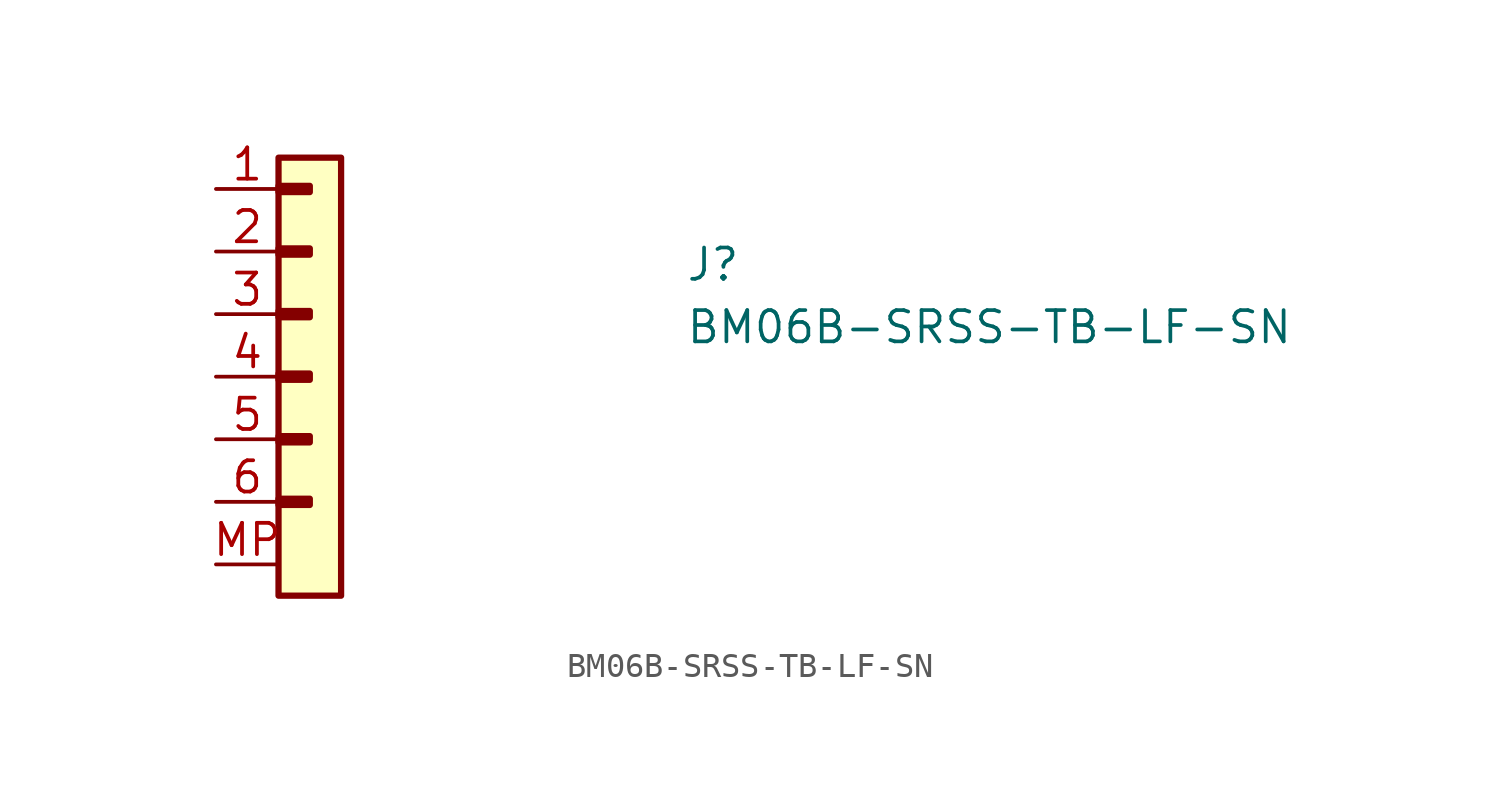
<source format=kicad_sym>
(kicad_symbol_lib
  (version 20211014)
  (generator kicad_symbol_editor)
  (symbol "BM06B-SRSS-TB-LF-SN"
    (pin_names hide)
    (property "Reference" "J"
      (at 19.05 -3.81 0)
      (effects (font (size 1.27 1.27) (thickness 0.15)) (justify left bottom)))
    (property "Value" "BM06B-SRSS-TB-LF-SN"
      (at 19.05 -6.35 0)
      (effects (font (size 1.27 1.27) (thickness 0.15)) (justify left bottom)))
    (symbol "BM06B-SRSS-TB-LF-SN_1_1"
      (rectangle (start 2.54 -12.573) (end 3.81 -12.827) (stroke (width 0.254) (type default) (color 0 0 0 0)) (fill (type background)))
      (rectangle (start 2.54 -10.033) (end 3.81 -10.287) (stroke (width 0.254) (type default) (color 0 0 0 0)) (fill (type background)))
      (rectangle (start 2.54 -7.493) (end 3.81 -7.747) (stroke (width 0.254) (type default) (color 0 0 0 0)) (fill (type background)))
      (rectangle (start 2.54 -4.953) (end 3.81 -5.207) (stroke (width 0.254) (type default) (color 0 0 0 0)) (fill (type background)))
      (rectangle (start 2.54 -2.413) (end 3.81 -2.667) (stroke (width 0.254) (type default) (color 0 0 0 0)) (fill (type background)))
      (rectangle (start 2.54 0.127) (end 3.81 -0.127) (stroke (width 0.254) (type default) (color 0 0 0 0)) (fill (type background)))
      (rectangle (start 2.54 1.27) (end 5.08 -16.51) (stroke (width 0.254) (type default) (color 0 0 0 0)) (fill (type background)))
      (pin passive line (at 0 0 0) (length 2.54) (name "Pin_1" (effects (font (size 1.27 1.27)))) (number "1" (effects (font (size 1.27 1.27)))))
      (pin passive line (at 0 -2.54 0) (length 2.54) (name "Pin_2" (effects (font (size 1.27 1.27)))) (number "2" (effects (font (size 1.27 1.27)))))
      (pin passive line (at 0 -5.08 0) (length 2.54) (name "Pin_3" (effects (font (size 1.27 1.27)))) (number "3" (effects (font (size 1.27 1.27)))))
      (pin passive line (at 0 -7.62 0) (length 2.54) (name "Pin_4" (effects (font (size 1.27 1.27)))) (number "4" (effects (font (size 1.27 1.27)))))
      (pin passive line (at 0 -10.16 0) (length 2.54) (name "Pin_5" (effects (font (size 1.27 1.27)))) (number "5" (effects (font (size 1.27 1.27)))))
      (pin passive line (at 0 -12.7 0) (length 2.54) (name "Pin_6" (effects (font (size 1.27 1.27)))) (number "6" (effects (font (size 1.27 1.27)))))
      (pin passive line (at 0 -15.24 0) (length 2.54) (name "MP" (effects (font (size 1.27 1.27)))) (number "MP" (effects (font (size 1.27 1.27))))))))
</source>
